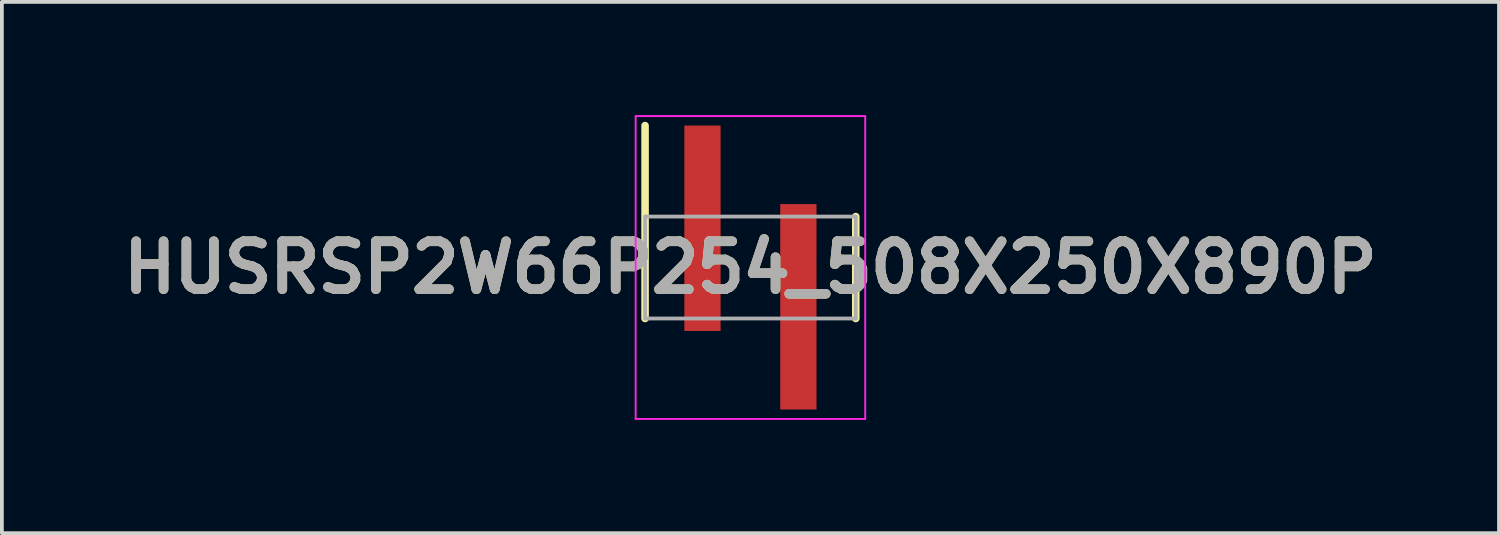
<source format=kicad_pcb>
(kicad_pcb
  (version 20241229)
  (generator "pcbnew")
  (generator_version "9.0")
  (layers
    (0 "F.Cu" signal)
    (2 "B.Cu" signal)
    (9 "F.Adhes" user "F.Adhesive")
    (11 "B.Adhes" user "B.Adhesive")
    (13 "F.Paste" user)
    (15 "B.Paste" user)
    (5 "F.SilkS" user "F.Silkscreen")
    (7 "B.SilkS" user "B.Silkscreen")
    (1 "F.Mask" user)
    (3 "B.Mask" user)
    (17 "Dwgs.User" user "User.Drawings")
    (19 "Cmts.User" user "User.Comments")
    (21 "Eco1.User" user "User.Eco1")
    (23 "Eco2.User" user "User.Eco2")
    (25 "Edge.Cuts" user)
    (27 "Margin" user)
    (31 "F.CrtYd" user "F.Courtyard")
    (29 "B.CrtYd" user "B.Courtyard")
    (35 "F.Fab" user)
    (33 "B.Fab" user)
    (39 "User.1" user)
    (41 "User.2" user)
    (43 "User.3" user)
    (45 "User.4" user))
  (footprint "HUSRSP2W66P254_508X250X890P"
    (layer "F.Cu")
    (at 16.824 4.035)
    (property "Reference" "HUSRSP2W66P254_508X250X890P" (at 0 0 0) (layer "F.SilkS") (effects (font (size 1.27 1.27) (thickness 0.254))))
    (attr smd)
    (fp_line (start -2.79 1.35) (end -2.79 -3.76) (stroke (width 0.2) (type solid)) (layer "F.SilkS"))
    (fp_line (start 2.79 1.35) (end 2.79 -1.35) (stroke (width 0.2) (type solid)) (layer "F.SilkS"))
    (fp_line (start -3.04 -4.01) (end 3.04 -4.01) (stroke (width 0.05) (type solid)) (layer "F.CrtYd"))
    (fp_line (start -3.04 4.01) (end -3.04 -4.01) (stroke (width 0.05) (type solid)) (layer "F.CrtYd"))
    (fp_line (start 3.04 -4.01) (end 3.04 4.01) (stroke (width 0.05) (type solid)) (layer "F.CrtYd"))
    (fp_line (start 3.04 4.01) (end -3.04 4.01) (stroke (width 0.05) (type solid)) (layer "F.CrtYd"))
    (fp_line (start -2.79 -1.35) (end 2.79 -1.35) (stroke (width 0.1) (type solid)) (layer "F.Fab"))
    (fp_line (start -2.79 1.35) (end -2.79 -1.35) (stroke (width 0.1) (type solid)) (layer "F.Fab"))
    (fp_line (start 2.79 -1.35) (end 2.79 1.35) (stroke (width 0.1) (type solid)) (layer "F.Fab"))
    (fp_line (start 2.79 1.35) (end -2.79 1.35) (stroke (width 0.1) (type solid)) (layer "F.Fab"))
    (fp_text user "${REFERENCE}" (at 0 0 0) (layer "F.Fab") (effects (font (size 1.27 1.27) (thickness 0.254))))
    (pad "1" smd rect (at -1.27 -1.04) (size 0.96 5.44) (layers "F.Cu" "F.Mask" "F.Paste"))
    (pad "2" smd rect (at 1.27 1.04) (size 0.96 5.44) (layers "F.Cu" "F.Mask" "F.Paste")))
  (gr_rect
    (start -3 -3)
    (end 36.649 11.07)
    (stroke (width 0.1) (type default))
    (fill no)
    (layer "Edge.Cuts")))
</source>
